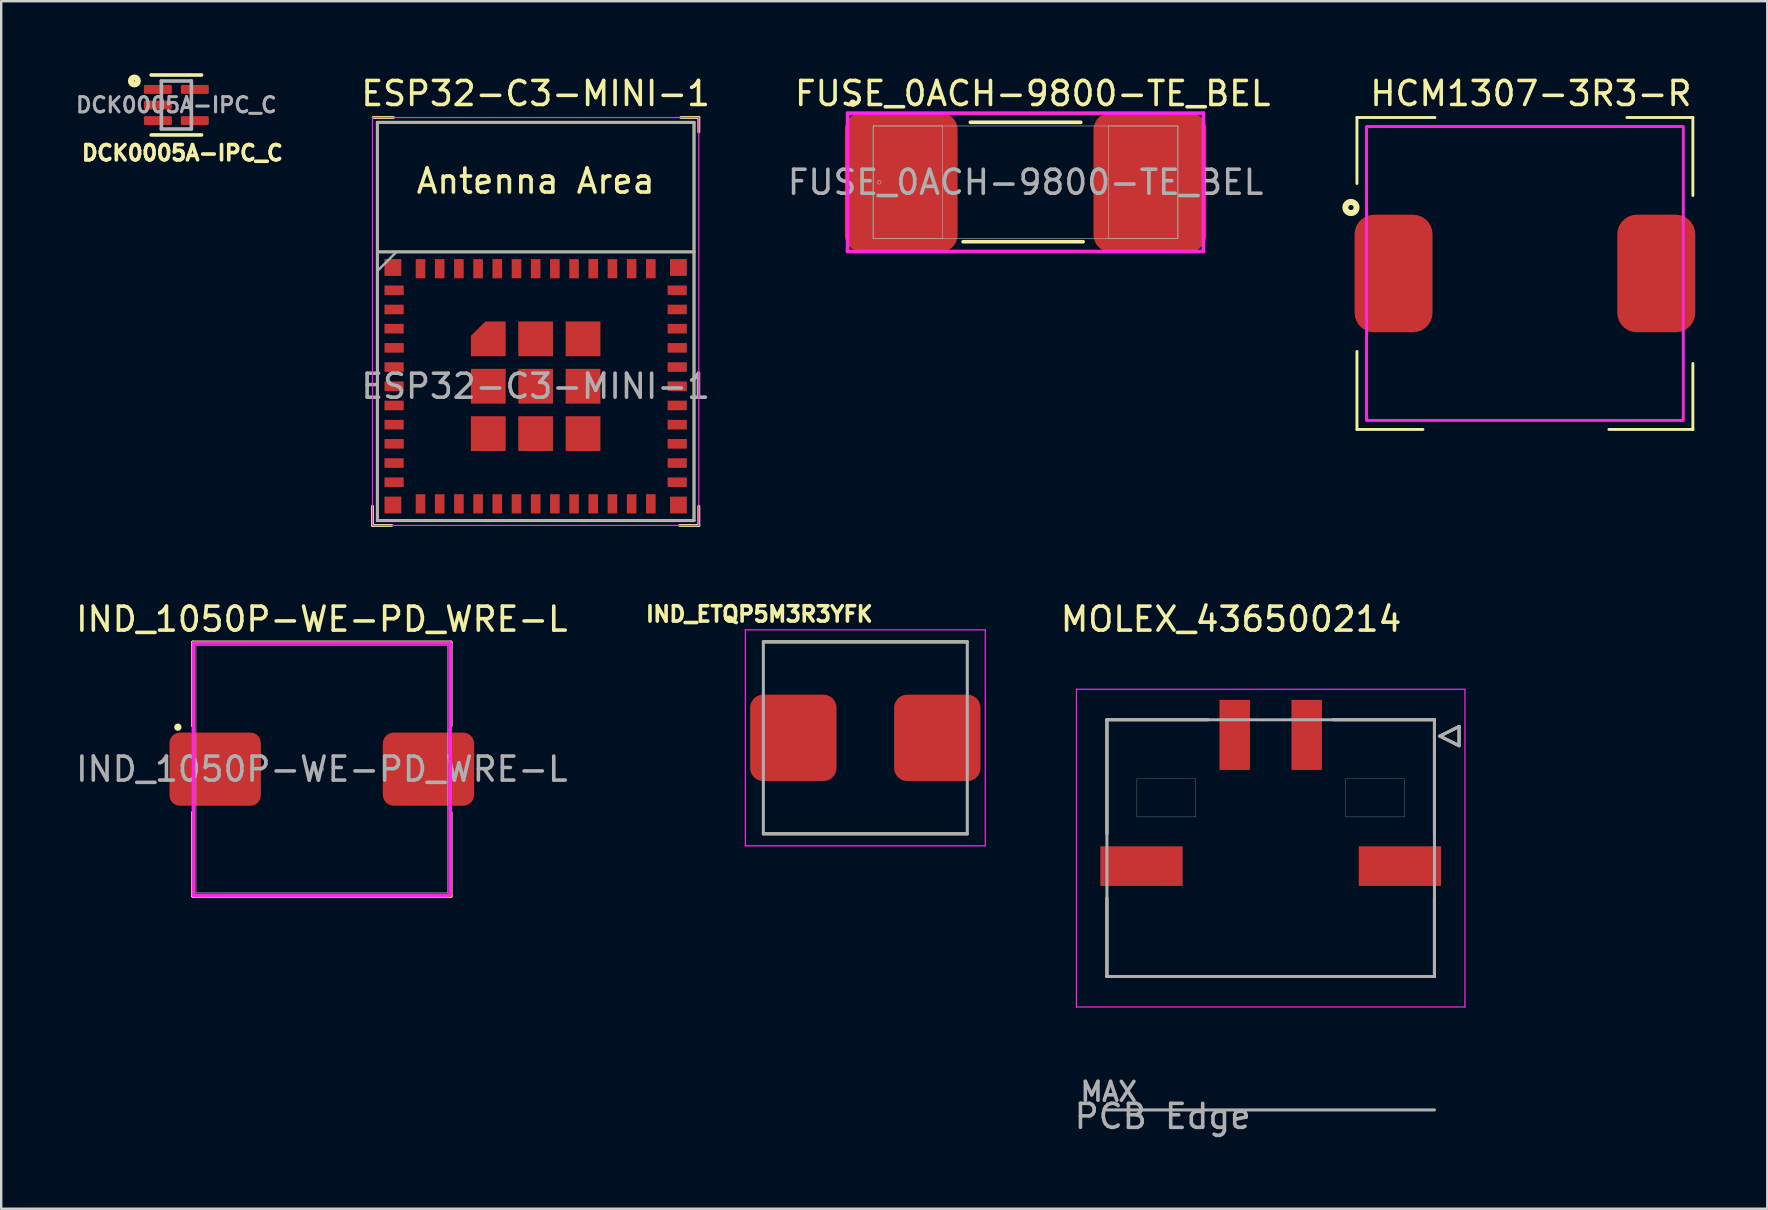
<source format=kicad_pcb>
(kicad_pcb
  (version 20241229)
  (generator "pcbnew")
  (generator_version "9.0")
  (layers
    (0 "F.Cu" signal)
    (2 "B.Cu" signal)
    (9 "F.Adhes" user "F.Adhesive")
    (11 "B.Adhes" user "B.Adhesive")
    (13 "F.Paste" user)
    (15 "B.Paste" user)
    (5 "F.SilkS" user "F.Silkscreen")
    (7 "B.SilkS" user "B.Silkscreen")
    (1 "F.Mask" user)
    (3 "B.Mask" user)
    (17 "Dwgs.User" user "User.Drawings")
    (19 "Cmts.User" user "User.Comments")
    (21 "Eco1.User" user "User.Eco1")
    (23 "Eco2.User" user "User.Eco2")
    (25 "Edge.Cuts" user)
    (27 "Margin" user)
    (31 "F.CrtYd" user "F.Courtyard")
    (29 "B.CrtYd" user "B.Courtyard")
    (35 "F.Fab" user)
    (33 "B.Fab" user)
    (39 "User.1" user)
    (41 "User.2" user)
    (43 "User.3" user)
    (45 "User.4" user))
  (footprint "IND_ETQP5M3R3YFK"
    (layer "F.Cu")
    (at 33.014 27.702)
    (property "Reference" "IND_ETQP5M3R3YFK" (at -4.418 -5.156 0) (layer "F.SilkS") (effects (font (size 0.64 0.64) (thickness 0.15))))
    (attr smd)
    (fp_line (start -4.25 -4) (end 4.25 -4) (stroke (width 0.127) (type solid)) (layer "F.SilkS"))
    (fp_line (start -4.25 4) (end 4.25 4) (stroke (width 0.127) (type solid)) (layer "F.SilkS"))
    (fp_line (start -5 -4.5) (end -5 4.5) (stroke (width 0.05) (type solid)) (layer "F.CrtYd"))
    (fp_line (start -5 4.5) (end 5 4.5) (stroke (width 0.05) (type solid)) (layer "F.CrtYd"))
    (fp_line (start 5 -4.5) (end -5 -4.5) (stroke (width 0.05) (type solid)) (layer "F.CrtYd"))
    (fp_line (start 5 4.5) (end 5 -4.5) (stroke (width 0.05) (type solid)) (layer "F.CrtYd"))
    (fp_line (start -4.25 -4) (end -4.25 4) (stroke (width 0.127) (type solid)) (layer "F.Fab"))
    (fp_line (start -4.25 -4) (end 4.25 -4) (stroke (width 0.127) (type solid)) (layer "F.Fab"))
    (fp_line (start -4.25 4) (end 4.25 4) (stroke (width 0.127) (type solid)) (layer "F.Fab"))
    (fp_line (start 4.25 -4) (end 4.25 4) (stroke (width 0.127) (type solid)) (layer "F.Fab"))
    (pad "1" smd roundrect (at -3 0) (size 3.6 3.6) (layers "F.Cu" "F.Mask" "F.Paste") (roundrect_rratio 0.15))
    (pad "2" smd roundrect (at 3 0) (size 3.6 3.6) (layers "F.Cu" "F.Mask" "F.Paste") (roundrect_rratio 0.15))
    (zone (net_name "") (layer "F.Cu") (hatch full 0.508) (connect_pads) (min_thickness 0.01) (filled_areas_thickness no) (keepout (tracks not_allowed) (vias not_allowed) (pads not_allowed) (copperpour not_allowed) (footprints allowed)) (placement (enabled no)) (fill) (polygon (pts (xy 28.314 23.202) (xy 28.314 25.702) (xy 31.864 25.702) (xy 31.864 29.702) (xy 28.314 29.702) (xy 28.314 32.202) (xy 37.714 32.202) (xy 37.714 29.702) (xy 34.164 29.702) (xy 34.164 25.702) (xy 37.714 25.702) (xy 37.714 23.202))))
    (zone (net_name "") (layers "F.Cu" "B.Cu") (hatch full 0.508) (connect_pads) (min_thickness 0.01) (filled_areas_thickness no) (keepout (tracks allowed) (vias not_allowed) (pads allowed) (copperpour allowed) (footprints allowed)) (placement (enabled no)) (fill) (polygon (pts (xy 28.314 23.202) (xy 28.314 25.702) (xy 31.864 25.702) (xy 31.864 29.702) (xy 28.314 29.702) (xy 28.314 32.202) (xy 37.714 32.202) (xy 37.714 29.702) (xy 34.164 29.702) (xy 34.164 25.702) (xy 37.714 25.702) (xy 37.714 23.202)))))
  (footprint "FUSE_0ACH-9800-TE_BEL"
    (layer "F.Cu")
    (at 39.691 4.548)
    (property "Reference" "FUSE_0ACH-9800-TE_BEL" (at 0.3 -3.7 0) (unlocked yes) (layer "F.SilkS") (effects (font (size 1 1) (thickness 0.15))))
    (attr smd)
    (fp_line (start -2.6 2.477) (end 2.4 2.477) (stroke (width 0.152) (type solid)) (layer "F.SilkS"))
    (fp_line (start 2.3 -2.5) (end -2.3 -2.5) (stroke (width 0.152) (type solid)) (layer "F.SilkS"))
    (fp_circle (center -7.2 -3.3) (end -7.124 -3.3) (stroke (width 0.152) (type solid)) (fill no) (layer "F.SilkS"))
    (fp_line (start -7.417 -2.883) (end 7.417 -2.883) (stroke (width 0.152) (type solid)) (layer "F.CrtYd"))
    (fp_line (start -7.417 2.883) (end -7.417 -2.883) (stroke (width 0.152) (type solid)) (layer "F.CrtYd"))
    (fp_line (start 7.417 -2.883) (end 7.417 2.883) (stroke (width 0.152) (type solid)) (layer "F.CrtYd"))
    (fp_line (start 7.417 2.883) (end -7.417 2.883) (stroke (width 0.152) (type solid)) (layer "F.CrtYd"))
    (fp_line (start -6.35 -2.349) (end -6.35 2.349) (stroke (width 0.025) (type solid)) (layer "F.Fab"))
    (fp_line (start -6.35 -2.349) (end -6.35 2.349) (stroke (width 0.025) (type solid)) (layer "F.Fab"))
    (fp_line (start -6.35 2.349) (end -3.454 2.349) (stroke (width 0.025) (type solid)) (layer "F.Fab"))
    (fp_line (start -6.35 2.349) (end 6.35 2.349) (stroke (width 0.025) (type solid)) (layer "F.Fab"))
    (fp_line (start -3.454 -2.349) (end -6.35 -2.349) (stroke (width 0.025) (type solid)) (layer "F.Fab"))
    (fp_line (start -3.454 2.349) (end -3.454 -2.349) (stroke (width 0.025) (type solid)) (layer "F.Fab"))
    (fp_line (start 3.454 -2.349) (end 3.454 2.349) (stroke (width 0.025) (type solid)) (layer "F.Fab"))
    (fp_line (start 3.454 2.349) (end 6.35 2.349) (stroke (width 0.025) (type solid)) (layer "F.Fab"))
    (fp_line (start 6.35 -2.349) (end -6.35 -2.349) (stroke (width 0.025) (type solid)) (layer "F.Fab"))
    (fp_line (start 6.35 -2.349) (end 3.454 -2.349) (stroke (width 0.025) (type solid)) (layer "F.Fab"))
    (fp_line (start 6.35 2.349) (end 6.35 -2.349) (stroke (width 0.025) (type solid)) (layer "F.Fab"))
    (fp_line (start 6.35 2.349) (end 6.35 -2.349) (stroke (width 0.025) (type solid)) (layer "F.Fab"))
    (fp_circle (center -6.096 0) (end -6.02 0) (stroke (width 0.025) (type solid)) (fill no) (layer "F.Fab"))
    (fp_text user "${REFERENCE}" (at 0 0 0) (unlocked yes) (layer "F.Fab") (effects (font (size 1 1) (thickness 0.15))))
    (pad "1" smd roundrect (at -5.182 0) (size 4.7 5.8) (layers "F.Cu" "F.Mask" "F.Paste") (roundrect_rratio 0.15))
    (pad "2" smd roundrect (at 5.182 0) (size 4.7 5.8) (layers "F.Cu" "F.Mask" "F.Paste") (roundrect_rratio 0.15))
    (zone (net_name "") (layer "F.Cu") (hatch full 0.508) (connect_pads) (min_thickness 0.254) (filled_areas_thickness no) (keepout (tracks not_allowed) (vias not_allowed) (pads allowed) (copperpour not_allowed) (footprints allowed)) (placement (enabled no)) (fill) (polygon (pts (xy 36.288 2.25) (xy 43.095 2.25) (xy 43.095 6.847) (xy 36.288 6.847)))))
  (footprint "DCK0005A-IPC_C"
    (layer "F.Cu")
    (at 4.3 1.325)
    (property "Reference" "DCK0005A-IPC_C" (at 0.25 2 0) (unlocked yes) (layer "F.SilkS") (effects (font (size 0.635 0.635) (thickness 0.152) (bold yes))))
    (attr smd)
    (fp_line (start -1.05 -1.25) (end 1.05 -1.25) (stroke (width 0.15) (type solid)) (layer "F.SilkS"))
    (fp_line (start -1.05 1.25) (end 1.05 1.25) (stroke (width 0.15) (type solid)) (layer "F.SilkS"))
    (fp_circle (center -1.75 -1) (end -1.747 -0.98) (stroke (width 0.25) (type solid)) (fill no) (layer "F.SilkS"))
    (fp_line (start -0.625 -1) (end 0.625 -1) (stroke (width 0.15) (type solid)) (layer "F.Fab"))
    (fp_line (start -0.625 1) (end -0.625 -1) (stroke (width 0.15) (type solid)) (layer "F.Fab"))
    (fp_line (start -0.625 1) (end 0.625 1) (stroke (width 0.15) (type solid)) (layer "F.Fab"))
    (fp_line (start 0.625 1) (end 0.625 -1) (stroke (width 0.15) (type solid)) (layer "F.Fab"))
    (fp_text user "${REFERENCE}" (at 0 0 0) (unlocked yes) (layer "F.Fab") (effects (font (size 0.635 0.635) (thickness 0.127) (bold yes))))
    (pad "1" smd roundrect (at -0.77 -0.65) (size 1.164 0.372) (layers "F.Cu" "F.Mask" "F.Paste") (roundrect_rratio 0.15))
    (pad "2" smd roundrect (at -0.77 0) (size 1.164 0.372) (layers "F.Cu" "F.Mask" "F.Paste") (roundrect_rratio 0.15))
    (pad "3" smd roundrect (at -0.77 0.65) (size 1.164 0.372) (layers "F.Cu" "F.Mask" "F.Paste") (roundrect_rratio 0.15))
    (pad "4" smd roundrect (at 0.77 0.65) (size 1.164 0.372) (layers "F.Cu" "F.Mask" "F.Paste") (roundrect_rratio 0.15))
    (pad "5" smd roundrect (at 0.77 -0.65) (size 1.164 0.372) (layers "F.Cu" "F.Mask" "F.Paste") (roundrect_rratio 0.15)))
  (footprint "IND_1050P-WE-PD_WRE-L"
    (layer "F.Cu")
    (at 10.363 29.006)
    (property "Reference" "IND_1050P-WE-PD_WRE-L" (at 0 -6.25 0) (unlocked yes) (layer "F.SilkS") (effects (font (size 1 1) (thickness 0.15))))
    (attr smd)
    (fp_line (start -5.372 -5.283) (end -5.372 -1.805) (stroke (width 0.152) (type solid)) (layer "F.SilkS"))
    (fp_line (start -5.372 1.805) (end -5.372 5.283) (stroke (width 0.152) (type solid)) (layer "F.SilkS"))
    (fp_line (start -5.372 5.283) (end 5.372 5.283) (stroke (width 0.152) (type solid)) (layer "F.SilkS"))
    (fp_line (start 5.372 -5.283) (end -5.372 -5.283) (stroke (width 0.152) (type solid)) (layer "F.SilkS"))
    (fp_line (start 5.372 -1.805) (end 5.372 -5.283) (stroke (width 0.152) (type solid)) (layer "F.SilkS"))
    (fp_line (start 5.372 5.283) (end 5.372 1.805) (stroke (width 0.152) (type solid)) (layer "F.SilkS"))
    (fp_circle (center -6 -1.75) (end -5.924 -1.75) (stroke (width 0.152) (type solid)) (fill no) (layer "F.SilkS"))
    (fp_line (start -5.347 -5.258) (end 5.347 -5.258) (stroke (width 0.152) (type solid)) (layer "F.CrtYd"))
    (fp_line (start -5.347 -1.626) (end -5.347 -5.258) (stroke (width 0.152) (type solid)) (layer "F.CrtYd"))
    (fp_line (start -5.347 -1.626) (end -5.347 -1.626) (stroke (width 0.152) (type solid)) (layer "F.CrtYd"))
    (fp_line (start -5.347 1.626) (end -5.347 -1.626) (stroke (width 0.152) (type solid)) (layer "F.CrtYd"))
    (fp_line (start -5.347 1.626) (end -5.347 1.626) (stroke (width 0.152) (type solid)) (layer "F.CrtYd"))
    (fp_line (start -5.347 5.258) (end -5.347 1.626) (stroke (width 0.152) (type solid)) (layer "F.CrtYd"))
    (fp_line (start 5.347 -5.258) (end 5.347 -1.626) (stroke (width 0.152) (type solid)) (layer "F.CrtYd"))
    (fp_line (start 5.347 -1.626) (end 5.347 -1.626) (stroke (width 0.152) (type solid)) (layer "F.CrtYd"))
    (fp_line (start 5.347 -1.626) (end 5.347 1.626) (stroke (width 0.152) (type solid)) (layer "F.CrtYd"))
    (fp_line (start 5.347 1.626) (end 5.347 1.626) (stroke (width 0.152) (type solid)) (layer "F.CrtYd"))
    (fp_line (start 5.347 1.626) (end 5.347 5.258) (stroke (width 0.152) (type solid)) (layer "F.CrtYd"))
    (fp_line (start 5.347 5.258) (end -5.347 5.258) (stroke (width 0.152) (type solid)) (layer "F.CrtYd"))
    (fp_line (start -5.245 -5.156) (end -5.245 5.156) (stroke (width 0.025) (type solid)) (layer "F.Fab"))
    (fp_line (start -5.245 5.156) (end 5.245 5.156) (stroke (width 0.025) (type solid)) (layer "F.Fab"))
    (fp_line (start 5.245 -5.156) (end -5.245 -5.156) (stroke (width 0.025) (type solid)) (layer "F.Fab"))
    (fp_line (start 5.245 5.156) (end 5.245 -5.156) (stroke (width 0.025) (type solid)) (layer "F.Fab"))
    (fp_circle (center 0 0) (end 0.076 0) (stroke (width 0.025) (type solid)) (fill no) (layer "F.Fab"))
    (fp_text user "${REFERENCE}" (at 0 0 0) (unlocked yes) (layer "F.Fab") (effects (font (size 1 1) (thickness 0.15))))
    (pad "1" smd roundrect (at -4.445 0) (size 3.81 3.048) (layers "F.Cu" "F.Mask" "F.Paste") (roundrect_rratio 0.142))
    (pad "2" smd roundrect (at 4.445 0) (size 3.81 3.048) (layers "F.Cu" "F.Mask" "F.Paste") (roundrect_rratio 0.15)))
  (footprint "ESP32-C3-MINI-1"
    (layer "F.Cu")
    (at 19.275 10.348)
    (property "Reference" "ESP32-C3-MINI-1" (at 0 -9.5 0) (layer "F.SilkS") (effects (font (size 1 1) (thickness 0.15))))
    (attr smd)
    (fp_line (start -6.8 7.7) (end -6.8 8.5) (stroke (width 0.12) (type solid)) (layer "F.SilkS"))
    (fp_line (start -6.8 8.5) (end -6 8.5) (stroke (width 0.12) (type solid)) (layer "F.SilkS"))
    (fp_line (start -6.6 -8.3) (end 6.6 -8.3) (stroke (width 0.12) (type solid)) (layer "F.SilkS"))
    (fp_line (start -6.6 -2.9) (end 6.6 -2.9) (stroke (width 0.12) (type solid)) (layer "F.SilkS"))
    (fp_line (start -6.6 8.3) (end -6.6 -8.3) (stroke (width 0.12) (type solid)) (layer "F.SilkS"))
    (fp_line (start -5.925 -8.5) (end -6.775 -8.5) (stroke (width 0.12) (type solid)) (layer "F.SilkS"))
    (fp_line (start 6.05 -8.5) (end 6.8 -8.5) (stroke (width 0.12) (type solid)) (layer "F.SilkS"))
    (fp_line (start 6.6 -8.3) (end 6.6 8.3) (stroke (width 0.12) (type solid)) (layer "F.SilkS"))
    (fp_line (start 6.6 8.3) (end -6.6 8.3) (stroke (width 0.12) (type solid)) (layer "F.SilkS"))
    (fp_line (start 6.8 -8.5) (end 6.8 -7.9) (stroke (width 0.12) (type solid)) (layer "F.SilkS"))
    (fp_line (start 6.8 7.7) (end 6.8 8.5) (stroke (width 0.12) (type solid)) (layer "F.SilkS"))
    (fp_line (start 6.8 8.5) (end 6 8.5) (stroke (width 0.12) (type solid)) (layer "F.SilkS"))
    (fp_line (start -6.8 -8.5) (end 6.8 -8.5) (stroke (width 0.05) (type solid)) (layer "F.CrtYd"))
    (fp_line (start -6.8 8.5) (end -6.8 -8.5) (stroke (width 0.05) (type solid)) (layer "F.CrtYd"))
    (fp_line (start 6.8 -8.5) (end 6.8 8.5) (stroke (width 0.05) (type solid)) (layer "F.CrtYd"))
    (fp_line (start 6.8 8.5) (end -6.8 8.5) (stroke (width 0.05) (type solid)) (layer "F.CrtYd"))
    (fp_line (start -6.6 8.3) (end -6.6 -8.3) (stroke (width 0.1) (type solid)) (layer "F.Fab"))
    (fp_line (start -6.6 8.3) (end 6.6 8.3) (stroke (width 0.1) (type solid)) (layer "F.Fab"))
    (fp_line (start -5.8 -2.9) (end -6.6 -2.1) (stroke (width 0.1) (type solid)) (layer "F.Fab"))
    (fp_line (start 6.6 -8.3) (end -6.6 -8.3) (stroke (width 0.1) (type solid)) (layer "F.Fab"))
    (fp_line (start 6.6 -2.9) (end -6.6 -2.9) (stroke (width 0.1) (type solid)) (layer "F.Fab"))
    (fp_line (start 6.6 8.3) (end 6.6 -8.3) (stroke (width 0.1) (type solid)) (layer "F.Fab"))
    (fp_text user "Antenna Area" (at 0 -5.85 0) (layer "F.SilkS") (effects (font (size 1 1) (thickness 0.15))))
    (fp_text user "${REFERENCE}" (at 0 2.7 0) (layer "F.Fab") (effects (font (size 1 1) (thickness 0.15))))
    (pad "1" smd rect (at -5.9 -1.3 90) (size 0.4 0.8) (layers "F.Cu" "F.Mask" "F.Paste"))
    (pad "2" smd rect (at -5.9 -0.5 90) (size 0.4 0.8) (layers "F.Cu" "F.Mask" "F.Paste"))
    (pad "3" smd rect (at -5.9 0.3 90) (size 0.4 0.8) (layers "F.Cu" "F.Mask" "F.Paste"))
    (pad "4" smd rect (at -5.9 1.1 90) (size 0.4 0.8) (layers "F.Cu" "F.Mask" "F.Paste"))
    (pad "5" smd rect (at -5.9 1.9 90) (size 0.4 0.8) (layers "F.Cu" "F.Mask" "F.Paste"))
    (pad "6" smd rect (at -5.9 2.7 90) (size 0.4 0.8) (layers "F.Cu" "F.Mask" "F.Paste"))
    (pad "7" smd rect (at -5.9 3.5 90) (size 0.4 0.8) (layers "F.Cu" "F.Mask" "F.Paste"))
    (pad "8" smd rect (at -5.9 4.3 90) (size 0.4 0.8) (layers "F.Cu" "F.Mask" "F.Paste"))
    (pad "9" smd rect (at -5.9 5.1 90) (size 0.4 0.8) (layers "F.Cu" "F.Mask" "F.Paste"))
    (pad "10" smd rect (at -5.9 5.9 90) (size 0.4 0.8) (layers "F.Cu" "F.Mask" "F.Paste"))
    (pad "11" smd rect (at -5.9 6.7 90) (size 0.4 0.8) (layers "F.Cu" "F.Mask" "F.Paste"))
    (pad "12" smd rect (at -4.8 7.6) (size 0.4 0.8) (layers "F.Cu" "F.Mask" "F.Paste"))
    (pad "13" smd rect (at -4 7.6) (size 0.4 0.8) (layers "F.Cu" "F.Mask" "F.Paste"))
    (pad "14" smd rect (at -3.2 7.6) (size 0.4 0.8) (layers "F.Cu" "F.Mask" "F.Paste"))
    (pad "15" smd rect (at -2.4 7.6) (size 0.4 0.8) (layers "F.Cu" "F.Mask" "F.Paste"))
    (pad "16" smd rect (at -1.6 7.6) (size 0.4 0.8) (layers "F.Cu" "F.Mask" "F.Paste"))
    (pad "17" smd rect (at -0.8 7.6) (size 0.4 0.8) (layers "F.Cu" "F.Mask" "F.Paste"))
    (pad "18" smd rect (at 0 7.6) (size 0.4 0.8) (layers "F.Cu" "F.Mask" "F.Paste"))
    (pad "19" smd rect (at 0.8 7.6) (size 0.4 0.8) (layers "F.Cu" "F.Mask" "F.Paste"))
    (pad "20" smd rect (at 1.6 7.6) (size 0.4 0.8) (layers "F.Cu" "F.Mask" "F.Paste"))
    (pad "21" smd rect (at 2.4 7.6) (size 0.4 0.8) (layers "F.Cu" "F.Mask" "F.Paste"))
    (pad "22" smd rect (at 3.2 7.6) (size 0.4 0.8) (layers "F.Cu" "F.Mask" "F.Paste"))
    (pad "23" smd rect (at 4 7.6) (size 0.4 0.8) (layers "F.Cu" "F.Mask" "F.Paste"))
    (pad "24" smd rect (at 4.8 7.6) (size 0.4 0.8) (layers "F.Cu" "F.Mask" "F.Paste"))
    (pad "25" smd rect (at 5.9 6.7 90) (size 0.4 0.8) (layers "F.Cu" "F.Mask" "F.Paste"))
    (pad "26" smd rect (at 5.9 5.9 90) (size 0.4 0.8) (layers "F.Cu" "F.Mask" "F.Paste"))
    (pad "27" smd rect (at 5.9 5.1 90) (size 0.4 0.8) (layers "F.Cu" "F.Mask" "F.Paste"))
    (pad "28" smd rect (at 5.9 4.3 90) (size 0.4 0.8) (layers "F.Cu" "F.Mask" "F.Paste"))
    (pad "29" smd rect (at 5.9 3.5 90) (size 0.4 0.8) (layers "F.Cu" "F.Mask" "F.Paste"))
    (pad "30" smd rect (at 5.9 2.7 90) (size 0.4 0.8) (layers "F.Cu" "F.Mask" "F.Paste"))
    (pad "31" smd rect (at 5.9 1.9 90) (size 0.4 0.8) (layers "F.Cu" "F.Mask" "F.Paste"))
    (pad "32" smd rect (at 5.9 1.1 90) (size 0.4 0.8) (layers "F.Cu" "F.Mask" "F.Paste"))
    (pad "33" smd rect (at 5.9 0.3 90) (size 0.4 0.8) (layers "F.Cu" "F.Mask" "F.Paste"))
    (pad "34" smd rect (at 5.9 -0.5 90) (size 0.4 0.8) (layers "F.Cu" "F.Mask" "F.Paste"))
    (pad "35" smd rect (at 5.9 -1.3 90) (size 0.4 0.8) (layers "F.Cu" "F.Mask" "F.Paste"))
    (pad "36" smd rect (at 4.8 -2.2) (size 0.4 0.8) (layers "F.Cu" "F.Mask" "F.Paste"))
    (pad "37" smd rect (at 4 -2.2) (size 0.4 0.8) (layers "F.Cu" "F.Mask" "F.Paste"))
    (pad "38" smd rect (at 3.2 -2.2) (size 0.4 0.8) (layers "F.Cu" "F.Mask" "F.Paste"))
    (pad "39" smd rect (at 2.4 -2.2) (size 0.4 0.8) (layers "F.Cu" "F.Mask" "F.Paste"))
    (pad "40" smd rect (at 1.6 -2.2) (size 0.4 0.8) (layers "F.Cu" "F.Mask" "F.Paste"))
    (pad "41" smd rect (at 0.8 -2.2) (size 0.4 0.8) (layers "F.Cu" "F.Mask" "F.Paste"))
    (pad "42" smd rect (at 0 -2.2) (size 0.4 0.8) (layers "F.Cu" "F.Mask" "F.Paste"))
    (pad "43" smd rect (at -0.8 -2.2) (size 0.4 0.8) (layers "F.Cu" "F.Mask" "F.Paste"))
    (pad "44" smd rect (at -1.6 -2.2) (size 0.4 0.8) (layers "F.Cu" "F.Mask" "F.Paste"))
    (pad "45" smd rect (at -2.4 -2.2) (size 0.4 0.8) (layers "F.Cu" "F.Mask" "F.Paste"))
    (pad "46" smd rect (at -3.2 -2.2) (size 0.4 0.8) (layers "F.Cu" "F.Mask" "F.Paste"))
    (pad "47" smd rect (at -4 -2.2) (size 0.4 0.8) (layers "F.Cu" "F.Mask" "F.Paste"))
    (pad "48" smd rect (at -4.8 -2.2) (size 0.4 0.8) (layers "F.Cu" "F.Mask" "F.Paste"))
    (pad "49" smd custom (at -1.975 0.725) (size 0.8 0.8) (layers "F.Cu" "F.Mask" "F.Paste") (options (anchor rect)) (primitives (gr_poly (pts (xy 0.725 0.725) (xy -0.725 0.725) (xy -0.725 -0.125) (xy -0.125 -0.725) (xy 0.725 -0.725)) (width 0) (fill yes))))
    (pad "49" smd rect (at -1.975 2.7 90) (size 1.45 1.45) (layers "F.Cu" "F.Mask" "F.Paste"))
    (pad "49" smd rect (at -1.975 4.675 90) (size 1.45 1.45) (layers "F.Cu" "F.Mask" "F.Paste"))
    (pad "49" smd rect (at 0 0.725 90) (size 1.45 1.45) (layers "F.Cu" "F.Mask" "F.Paste"))
    (pad "49" smd rect (at 0 2.7 90) (size 1.45 1.45) (layers "F.Cu" "F.Mask" "F.Paste"))
    (pad "49" smd rect (at 0 4.675 90) (size 1.45 1.45) (layers "F.Cu" "F.Mask" "F.Paste"))
    (pad "49" smd rect (at 1.975 0.725 90) (size 1.45 1.45) (layers "F.Cu" "F.Mask" "F.Paste"))
    (pad "49" smd rect (at 1.975 2.7 90) (size 1.45 1.45) (layers "F.Cu" "F.Mask" "F.Paste"))
    (pad "49" smd rect (at 1.975 4.675 90) (size 1.45 1.45) (layers "F.Cu" "F.Mask" "F.Paste"))
    (pad "50" smd rect (at 5.95 -2.25 90) (size 0.7 0.7) (layers "F.Cu" "F.Mask" "F.Paste"))
    (pad "51" smd rect (at 5.95 7.65 90) (size 0.7 0.7) (layers "F.Cu" "F.Mask" "F.Paste"))
    (pad "52" smd rect (at -5.95 7.65 90) (size 0.7 0.7) (layers "F.Cu" "F.Mask" "F.Paste"))
    (pad "53" smd rect (at -5.95 -2.25 90) (size 0.7 0.7) (layers "F.Cu" "F.Mask" "F.Paste"))
    (zone (net_name "") (layers "F.Cu" "B.Cu") (name "antenna keepout") (hatch edge 0.508) (connect_pads) (min_thickness 0.254) (filled_areas_thickness no) (keepout (tracks not_allowed) (vias not_allowed) (pads not_allowed) (copperpour not_allowed) (footprints not_allowed)) (placement (enabled no)) (fill) (polygon (pts (xy 25.875 7.448) (xy 12.675 7.448) (xy 12.675 2.048) (xy 25.875 2.048)))))
  (footprint "MOLEX_436500214"
    (layer "F.Cu")
    (at 49.909 32.698)
    (property "Reference" "MOLEX_436500214" (at -1.65 -9.942 0) (layer "F.SilkS") (effects (font (size 1 1) (thickness 0.15))))
    (attr smd)
    (fp_poly (pts (xy -7.176 -0.551) (xy -3.594 -0.551) (xy -3.594 1.251) (xy -7.176 1.251)) (stroke (width 0.01) (type solid)) (fill yes) (layer "F.Mask"))
    (fp_poly (pts (xy -2.211 -6.656) (xy -0.789 -6.656) (xy -0.789 -3.584) (xy -2.211 -3.584)) (stroke (width 0.01) (type solid)) (fill yes) (layer "F.Mask"))
    (fp_poly (pts (xy 0.789 -6.656) (xy 2.211 -6.656) (xy 2.211 -3.584) (xy 0.789 -3.584)) (stroke (width 0.01) (type solid)) (fill yes) (layer "F.Mask"))
    (fp_poly (pts (xy 3.594 -0.551) (xy 7.176 -0.551) (xy 7.176 1.251) (xy 3.594 1.251)) (stroke (width 0.01) (type solid)) (fill yes) (layer "F.Mask"))
    (fp_line (start -6.825 -5.75) (end -6.825 -1) (stroke (width 0.127) (type solid)) (layer "F.SilkS"))
    (fp_line (start -6.825 -5.75) (end -2.61 -5.75) (stroke (width 0.127) (type solid)) (layer "F.SilkS"))
    (fp_line (start -6.825 1.68) (end -6.825 4.95) (stroke (width 0.127) (type solid)) (layer "F.SilkS"))
    (fp_line (start 6.825 -5.75) (end 2.61 -5.75) (stroke (width 0.127) (type solid)) (layer "F.SilkS"))
    (fp_line (start 6.825 -5.75) (end 6.825 -1) (stroke (width 0.127) (type solid)) (layer "F.SilkS"))
    (fp_line (start 6.825 4.95) (end -6.825 4.95) (stroke (width 0.127) (type solid)) (layer "F.SilkS"))
    (fp_line (start 6.825 4.95) (end 6.825 1.68) (stroke (width 0.127) (type solid)) (layer "F.SilkS"))
    (fp_line (start 7.05 -5.07) (end 7.85 -5.47) (stroke (width 0.127) (type solid)) (layer "F.SilkS"))
    (fp_line (start 7.85 -5.47) (end 7.85 -4.67) (stroke (width 0.127) (type solid)) (layer "F.SilkS"))
    (fp_line (start 7.85 -4.67) (end 7.05 -5.07) (stroke (width 0.127) (type solid)) (layer "F.SilkS"))
    (fp_poly (pts (xy -5.575 -3.3) (xy -3.125 -3.3) (xy -3.125 -1.7) (xy -5.575 -1.7)) (stroke (width 0.01) (type solid)) (fill no) (layer "Dwgs.User"))
    (fp_poly (pts (xy 3.125 -3.3) (xy 5.575 -3.3) (xy 5.575 -1.7) (xy 3.125 -1.7)) (stroke (width 0.01) (type solid)) (fill no) (layer "Dwgs.User"))
    (fp_line (start -8.095 -7.02) (end 8.095 -7.02) (stroke (width 0.05) (type solid)) (layer "F.CrtYd"))
    (fp_line (start -8.095 6.22) (end -8.095 -7.02) (stroke (width 0.05) (type solid)) (layer "F.CrtYd"))
    (fp_line (start 8.095 6.22) (end -8.095 6.22) (stroke (width 0.05) (type solid)) (layer "F.CrtYd"))
    (fp_line (start 8.095 6.22) (end 8.095 -7.02) (stroke (width 0.05) (type solid)) (layer "F.CrtYd"))
    (fp_line (start -6.825 -5.75) (end 6.825 -5.75) (stroke (width 0.127) (type solid)) (layer "F.Fab"))
    (fp_line (start -6.825 4.95) (end -6.825 -5.75) (stroke (width 0.127) (type solid)) (layer "F.Fab"))
    (fp_line (start 6.825 4.95) (end -6.825 4.95) (stroke (width 0.127) (type solid)) (layer "F.Fab"))
    (fp_line (start 6.825 4.95) (end 6.825 -5.75) (stroke (width 0.127) (type solid)) (layer "F.Fab"))
    (fp_line (start 6.825 10.51) (end -6.825 10.51) (stroke (width 0.127) (type solid)) (layer "F.Fab"))
    (fp_line (start 7.05 -5.07) (end 7.85 -5.47) (stroke (width 0.127) (type solid)) (layer "F.Fab"))
    (fp_line (start 7.85 -5.47) (end 7.85 -4.67) (stroke (width 0.127) (type solid)) (layer "F.Fab"))
    (fp_line (start 7.85 -4.67) (end 7.05 -5.07) (stroke (width 0.127) (type solid)) (layer "F.Fab"))
    (fp_text user "MAX" (at -6.75 9.75 0) (layer "F.Fab") (effects (font (size 0.787 0.787) (thickness 0.15))))
    (fp_text user "PCB Edge" (at -4.5 10.78 0) (layer "F.Fab") (effects (font (size 1 1) (thickness 0.15))))
    (pad "1" smd rect (at 1.5 -5.12) (size 1.27 2.92) (layers "F.Cu" "F.Paste"))
    (pad "2" smd rect (at -1.5 -5.12) (size 1.27 2.92) (layers "F.Cu" "F.Paste"))
    (pad "MP" smd rect (at -5.385 0.35) (size 3.43 1.65) (layers "F.Cu" "F.Paste"))
    (pad "MP" smd rect (at 5.385 0.35) (size 3.43 1.65) (layers "F.Cu" "F.Paste")))
  (footprint "HCM1307-3R3-R"
    (layer "F.Cu")
    (at 60.504 8.348)
    (property "Reference" "HCM1307-3R3-R" (at 0.25 -7.5 0) (unlocked yes) (layer "F.SilkS") (effects (font (size 1 1) (thickness 0.15))))
    (attr smd)
    (fp_line (start -7 -6.5) (end -7 -3.75) (stroke (width 0.12) (type default)) (layer "F.SilkS"))
    (fp_line (start -7 3.25) (end -7 6.5) (stroke (width 0.12) (type default)) (layer "F.SilkS"))
    (fp_line (start -7 6.5) (end -4.25 6.5) (stroke (width 0.12) (type default)) (layer "F.SilkS"))
    (fp_line (start -3.75 -6.5) (end -7 -6.5) (stroke (width 0.12) (type default)) (layer "F.SilkS"))
    (fp_line (start 3.5 6.5) (end 7 6.5) (stroke (width 0.12) (type default)) (layer "F.SilkS"))
    (fp_line (start 7 -6.5) (end 4.25 -6.5) (stroke (width 0.12) (type default)) (layer "F.SilkS"))
    (fp_line (start 7 -3.25) (end 7 -6.5) (stroke (width 0.12) (type default)) (layer "F.SilkS"))
    (fp_line (start 7 6.5) (end 7 3.75) (stroke (width 0.12) (type default)) (layer "F.SilkS"))
    (fp_circle (center -7.25 -2.75) (end -7.142 -2.75) (stroke (width 0.25) (type default)) (fill no) (layer "F.SilkS"))
    (fp_rect (start -6.6 -6.125) (end 6.6 6.125) (stroke (width 0.12) (type default)) (fill no) (layer "F.CrtYd"))
    (pad "1" smd roundrect (at -5.475 0 180) (size 3.25 4.9) (layers "F.Cu" "F.Mask" "F.Paste") (roundrect_rratio 0.25))
    (pad "2" smd roundrect (at 5.475 0 180) (size 3.25 4.9) (layers "F.Cu" "F.Mask" "F.Paste") (roundrect_rratio 0.25)))
  (gr_rect
    (start -3 -3)
    (end 70.604 47.327)
    (stroke (width 0.1) (type default))
    (fill no)
    (layer "Edge.Cuts")))
</source>
